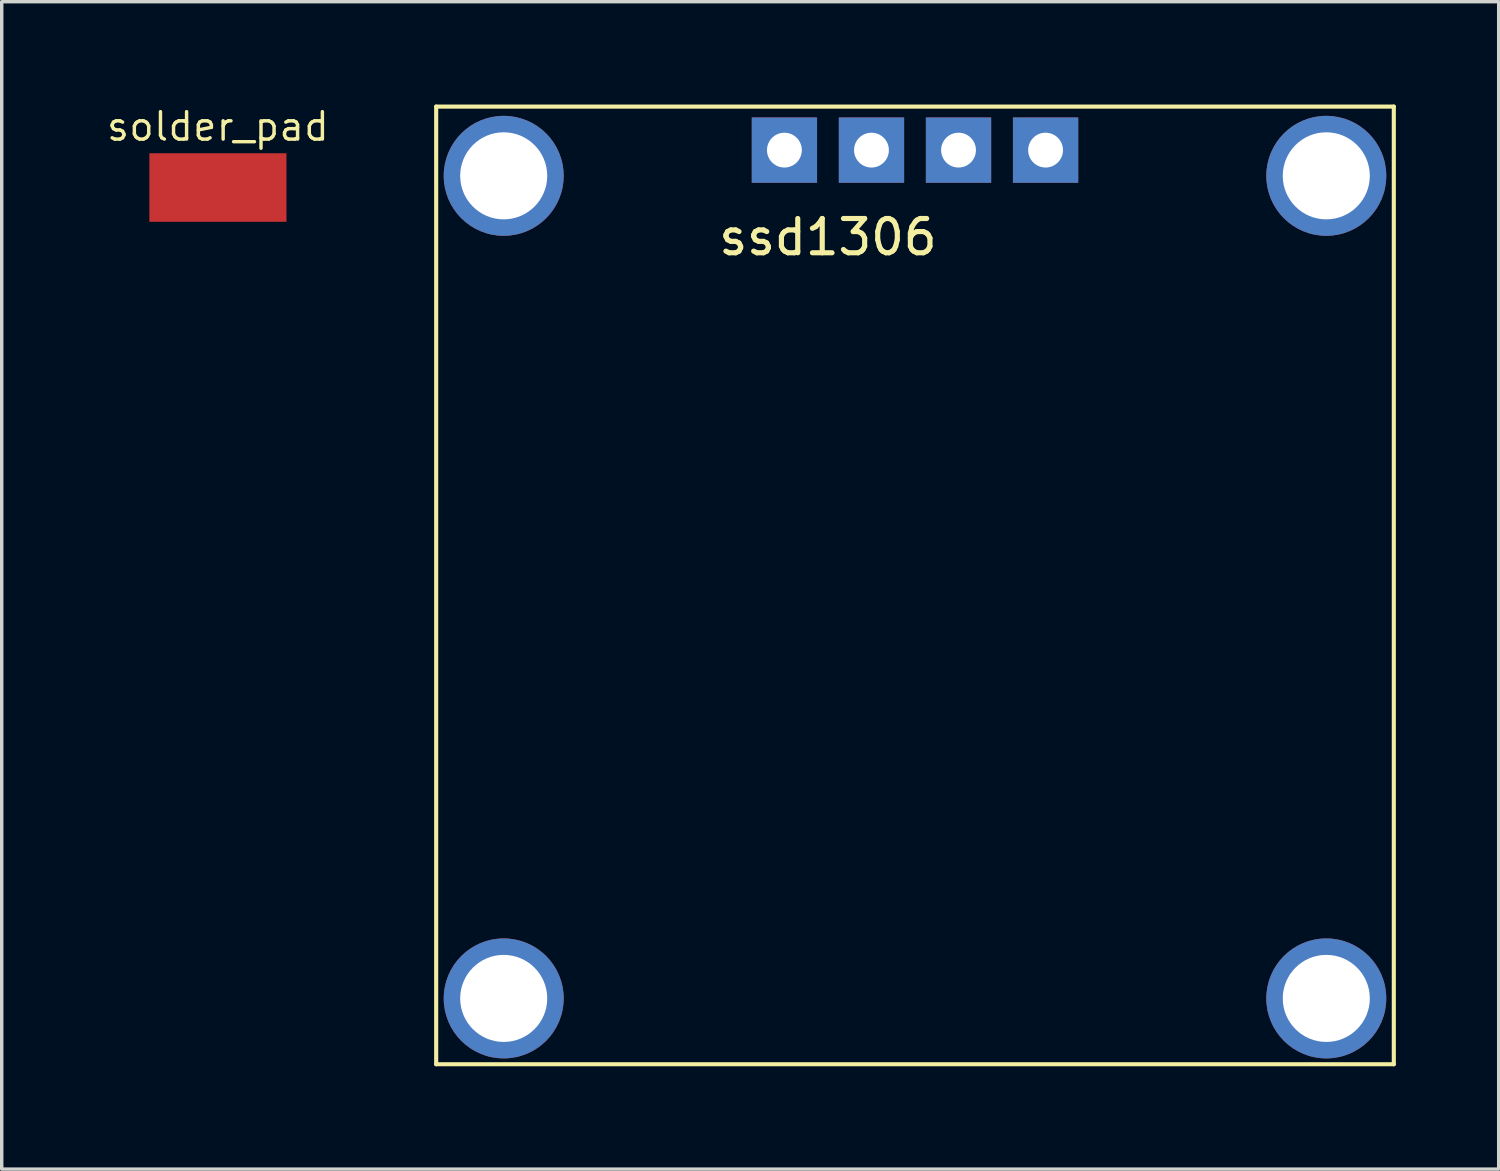
<source format=kicad_pcb>
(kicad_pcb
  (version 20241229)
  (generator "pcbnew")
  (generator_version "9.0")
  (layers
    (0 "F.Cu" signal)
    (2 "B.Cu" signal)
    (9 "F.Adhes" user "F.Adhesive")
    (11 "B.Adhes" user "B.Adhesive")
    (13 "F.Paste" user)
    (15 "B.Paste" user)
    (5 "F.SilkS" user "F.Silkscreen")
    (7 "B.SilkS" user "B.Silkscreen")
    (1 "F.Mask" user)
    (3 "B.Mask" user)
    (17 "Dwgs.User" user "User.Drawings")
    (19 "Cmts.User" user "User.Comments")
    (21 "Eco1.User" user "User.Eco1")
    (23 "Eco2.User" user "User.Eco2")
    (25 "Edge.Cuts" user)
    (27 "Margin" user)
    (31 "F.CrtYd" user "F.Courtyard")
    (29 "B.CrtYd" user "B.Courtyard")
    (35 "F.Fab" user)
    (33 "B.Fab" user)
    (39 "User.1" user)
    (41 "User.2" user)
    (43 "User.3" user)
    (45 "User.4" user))
  (footprint "solder_pad"
    (layer "F.Cu")
    (at 3.308 2.421)
    (property "Reference" "solder_pad" (at 0 -1.778 0) (layer "F.SilkS") (effects (font (size 0.8 0.8) (thickness 0.1))))
    (attr through_hole)
    (pad "1" smd rect (at 0 0) (size 4 2) (layers "F.Cu" "F.Mask" "F.Paste")))
  (footprint "ssd1306"
    (layer "F.Cu")
    (at 23.646 1.33)
    (property "Reference" "ssd1306" (at -2.54 2.54 0) (layer "F.SilkS") (effects (font (size 1 1) (thickness 0.15))))
    (attr through_hole)
    (fp_line (start -13.97 -1.27) (end 13.97 -1.27) (stroke (width 0.12) (type solid)) (layer "F.SilkS"))
    (fp_line (start -13.97 26.67) (end -13.97 -1.27) (stroke (width 0.12) (type solid)) (layer "F.SilkS"))
    (fp_line (start 13.97 -1.27) (end 13.97 26.67) (stroke (width 0.12) (type solid)) (layer "F.SilkS"))
    (fp_line (start 13.97 26.67) (end -13.97 26.67) (stroke (width 0.12) (type solid)) (layer "F.SilkS"))
    (pad "" thru_hole circle (at -12 0.75) (size 3.5 3.5) (drill 2.54) (layers "*.Cu" "*.Mask"))
    (pad "" thru_hole circle (at -12 24.75) (size 3.5 3.5) (drill 2.54) (layers "*.Cu" "*.Mask"))
    (pad "" thru_hole circle (at 12 0.75) (size 3.5 3.5) (drill 2.54) (layers "*.Cu" "*.Mask"))
    (pad "" thru_hole circle (at 12 24.75) (size 3.5 3.5) (drill 2.54) (layers "*.Cu" "*.Mask"))
    (pad "1" thru_hole rect (at -3.81 0) (size 1.905 1.905) (drill 1.016) (layers "*.Cu" "*.Mask"))
    (pad "2" thru_hole rect (at -1.27 0) (size 1.905 1.905) (drill 1.016) (layers "*.Cu" "*.Mask"))
    (pad "3" thru_hole rect (at 1.27 0) (size 1.905 1.905) (drill 1.016) (layers "*.Cu" "*.Mask"))
    (pad "4" thru_hole rect (at 3.81 0) (size 1.905 1.905) (drill 1.016) (layers "*.Cu" "*.Mask")))
  (gr_rect
    (start -3 -3)
    (end 40.676 31.06)
    (stroke (width 0.1) (type default))
    (fill no)
    (layer "Edge.Cuts")))
</source>
